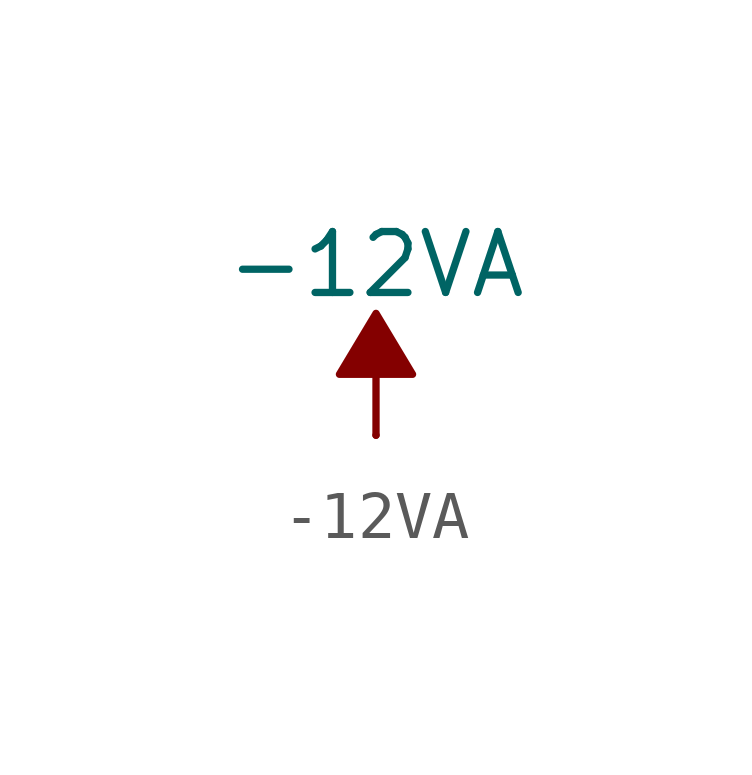
<source format=kicad_sym>
(kicad_symbol_lib
  (version 20241209)
  (generator "kicad_symbol_editor")
  (generator_version "9.0")
  (symbol "-12VA"
    (power)
    (pin_numbers
      (hide yes))
    (pin_names
      (offset 0)
      (hide yes))
    (property "Reference" "#PWR"
      (at 0 -3.81 0)
      (effects (font (size 1.27 1.27)) (hide yes)))
    (property "Value" "-12VA"
      (at 0 3.556 0)
      (effects (font (size 1.27 1.27))))
    (symbol "-12VA_0_0"
      (pin power_in line (at 0 0 90) (length 0) (name "~" (effects (font (size 1.27 1.27)))) (number "1" (effects (font (size 1.27 1.27))))))
    (symbol "-12VA_0_1"
      (polyline (pts (xy 0 0) (xy 0 1.27) (xy 0.762 1.27) (xy 0 2.54) (xy -0.762 1.27) (xy 0 1.27)) (stroke (width 0) (type default)) (fill (type outline))))))
</source>
